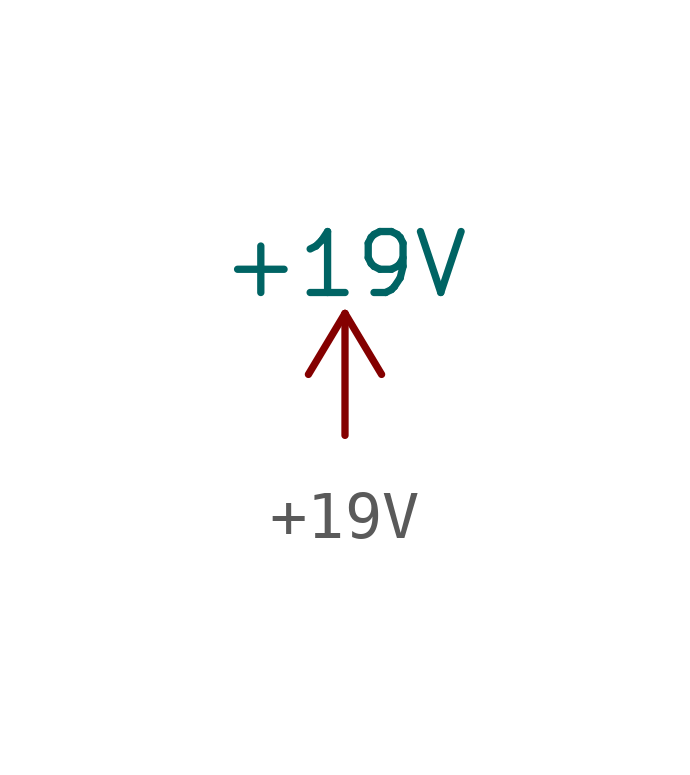
<source format=kicad_sym>
(kicad_symbol_lib
  (version 20211014)
  (generator kicad_symbol_editor)
  (symbol "+19V"
    (power)
    (pin_names
      (offset 0))
    (property "Reference" "#PWR"
      (at 0 -3.81 0)
      (effects (font (size 1.27 1.27)) hide))
    (property "Value" "+19V"
      (at 0 3.556 0)
      (effects (font (size 1.27 1.27))))
    (symbol "+19V_0_1"
      (polyline (pts (xy -0.762 1.27) (xy 0 2.54)) (stroke (width 0) (type default) (color 0 0 0 0)) (fill (type none)))
      (polyline (pts (xy 0 0) (xy 0 2.54)) (stroke (width 0) (type default) (color 0 0 0 0)) (fill (type none)))
      (polyline (pts (xy 0 2.54) (xy 0.762 1.27)) (stroke (width 0) (type default) (color 0 0 0 0)) (fill (type none))))
    (symbol "+19V_1_1"
      (pin power_in line (at 0 0 90) (length 0) hide (name "+15V" (effects (font (size 1.27 1.27)))) (number "1" (effects (font (size 1.27 1.27))))))))
</source>
